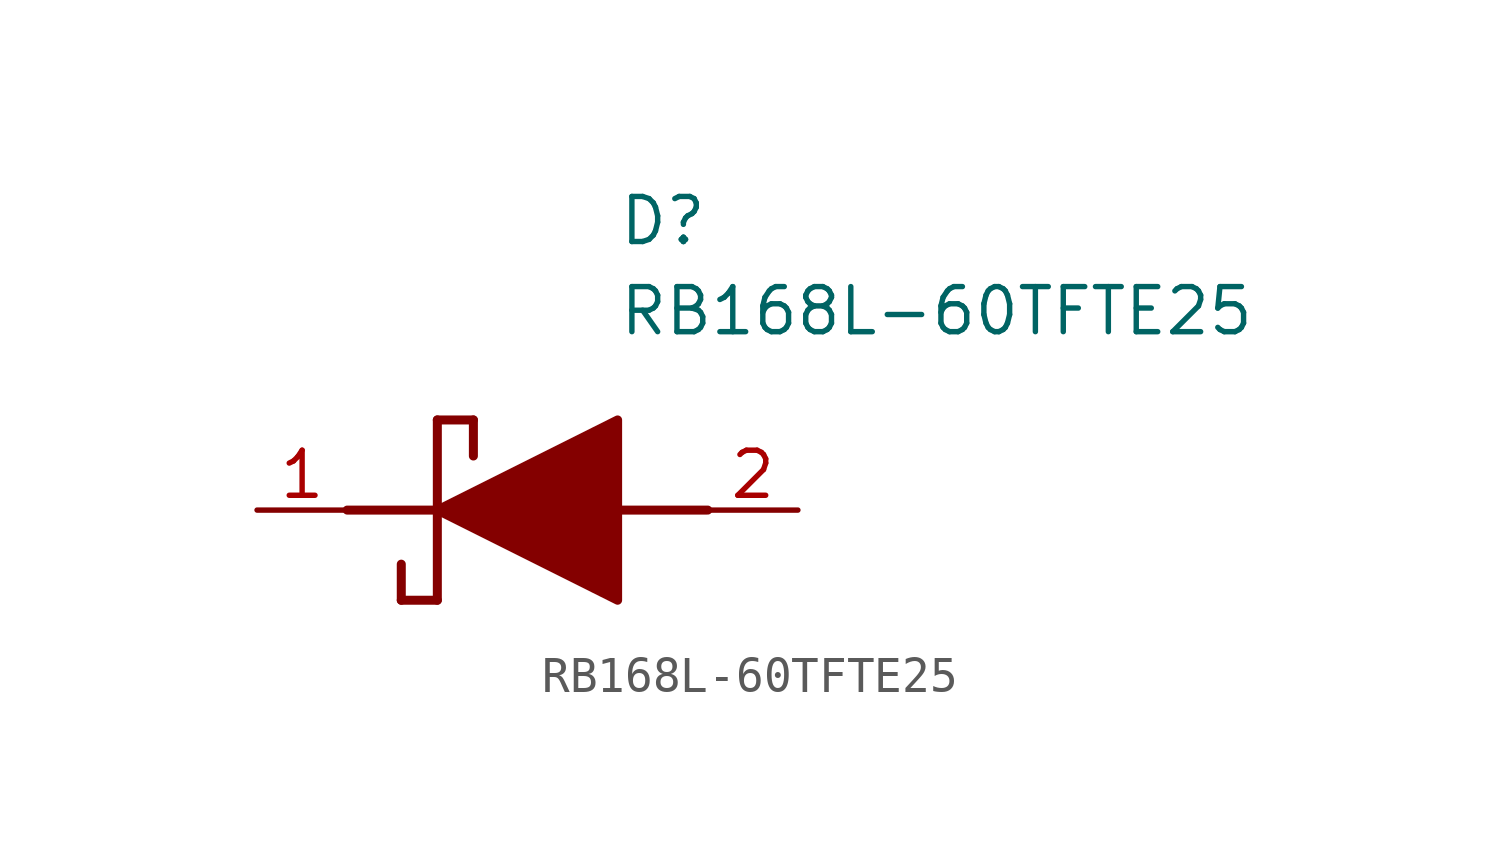
<source format=kicad_sym>
(kicad_symbol_lib
  (version 20211014)
  (generator SamacSys_ECAD_Model)
  (symbol "RB168L-60TFTE25"
    (pin_names hide)
    (property "Reference" "D"
      (at 12.7 8.89 0)
      (effects (font (size 1.27 1.27)) (justify left top)))
    (property "Value" "RB168L-60TFTE25"
      (at 12.7 6.35 0)
      (effects (font (size 1.27 1.27)) (justify left top)))
    (polyline
      (pts (xy 7.62 2.54) (xy 7.62 -2.54))
      (stroke (width 0.254) (type default))
      (fill (type none)))
    (polyline
      (pts (xy 7.62 2.54) (xy 8.636 2.54))
      (stroke (width 0.254) (type default))
      (fill (type none)))
    (polyline
      (pts (xy 8.636 1.524) (xy 8.636 2.54))
      (stroke (width 0.254) (type default))
      (fill (type none)))
    (polyline
      (pts (xy 7.62 -2.54) (xy 6.604 -2.54))
      (stroke (width 0.254) (type default))
      (fill (type none)))
    (polyline
      (pts (xy 6.604 -1.524) (xy 6.604 -2.54))
      (stroke (width 0.254) (type default))
      (fill (type none)))
    (polyline
      (pts (xy 5.08 0) (xy 7.62 0))
      (stroke (width 0.254) (type default))
      (fill (type none)))
    (polyline
      (pts (xy 12.7 0) (xy 15.24 0))
      (stroke (width 0.254) (type default))
      (fill (type none)))
    (polyline
      (pts (xy 7.62 0) (xy 12.7 2.54) (xy 12.7 -2.54) (xy 7.62 0))
      (stroke (width 0.254) (type default))
      (fill (type outline)))
    (pin passive line
      (at 2.54 0 0)
      (length 2.54)
      (name "K" (effects (font (size 1.27 1.27))))
      (number "1" (effects (font (size 1.27 1.27)))))
    (pin passive line
      (at 17.78 0 180)
      (length 2.54)
      (name "A" (effects (font (size 1.27 1.27))))
      (number "2" (effects (font (size 1.27 1.27)))))))
</source>
